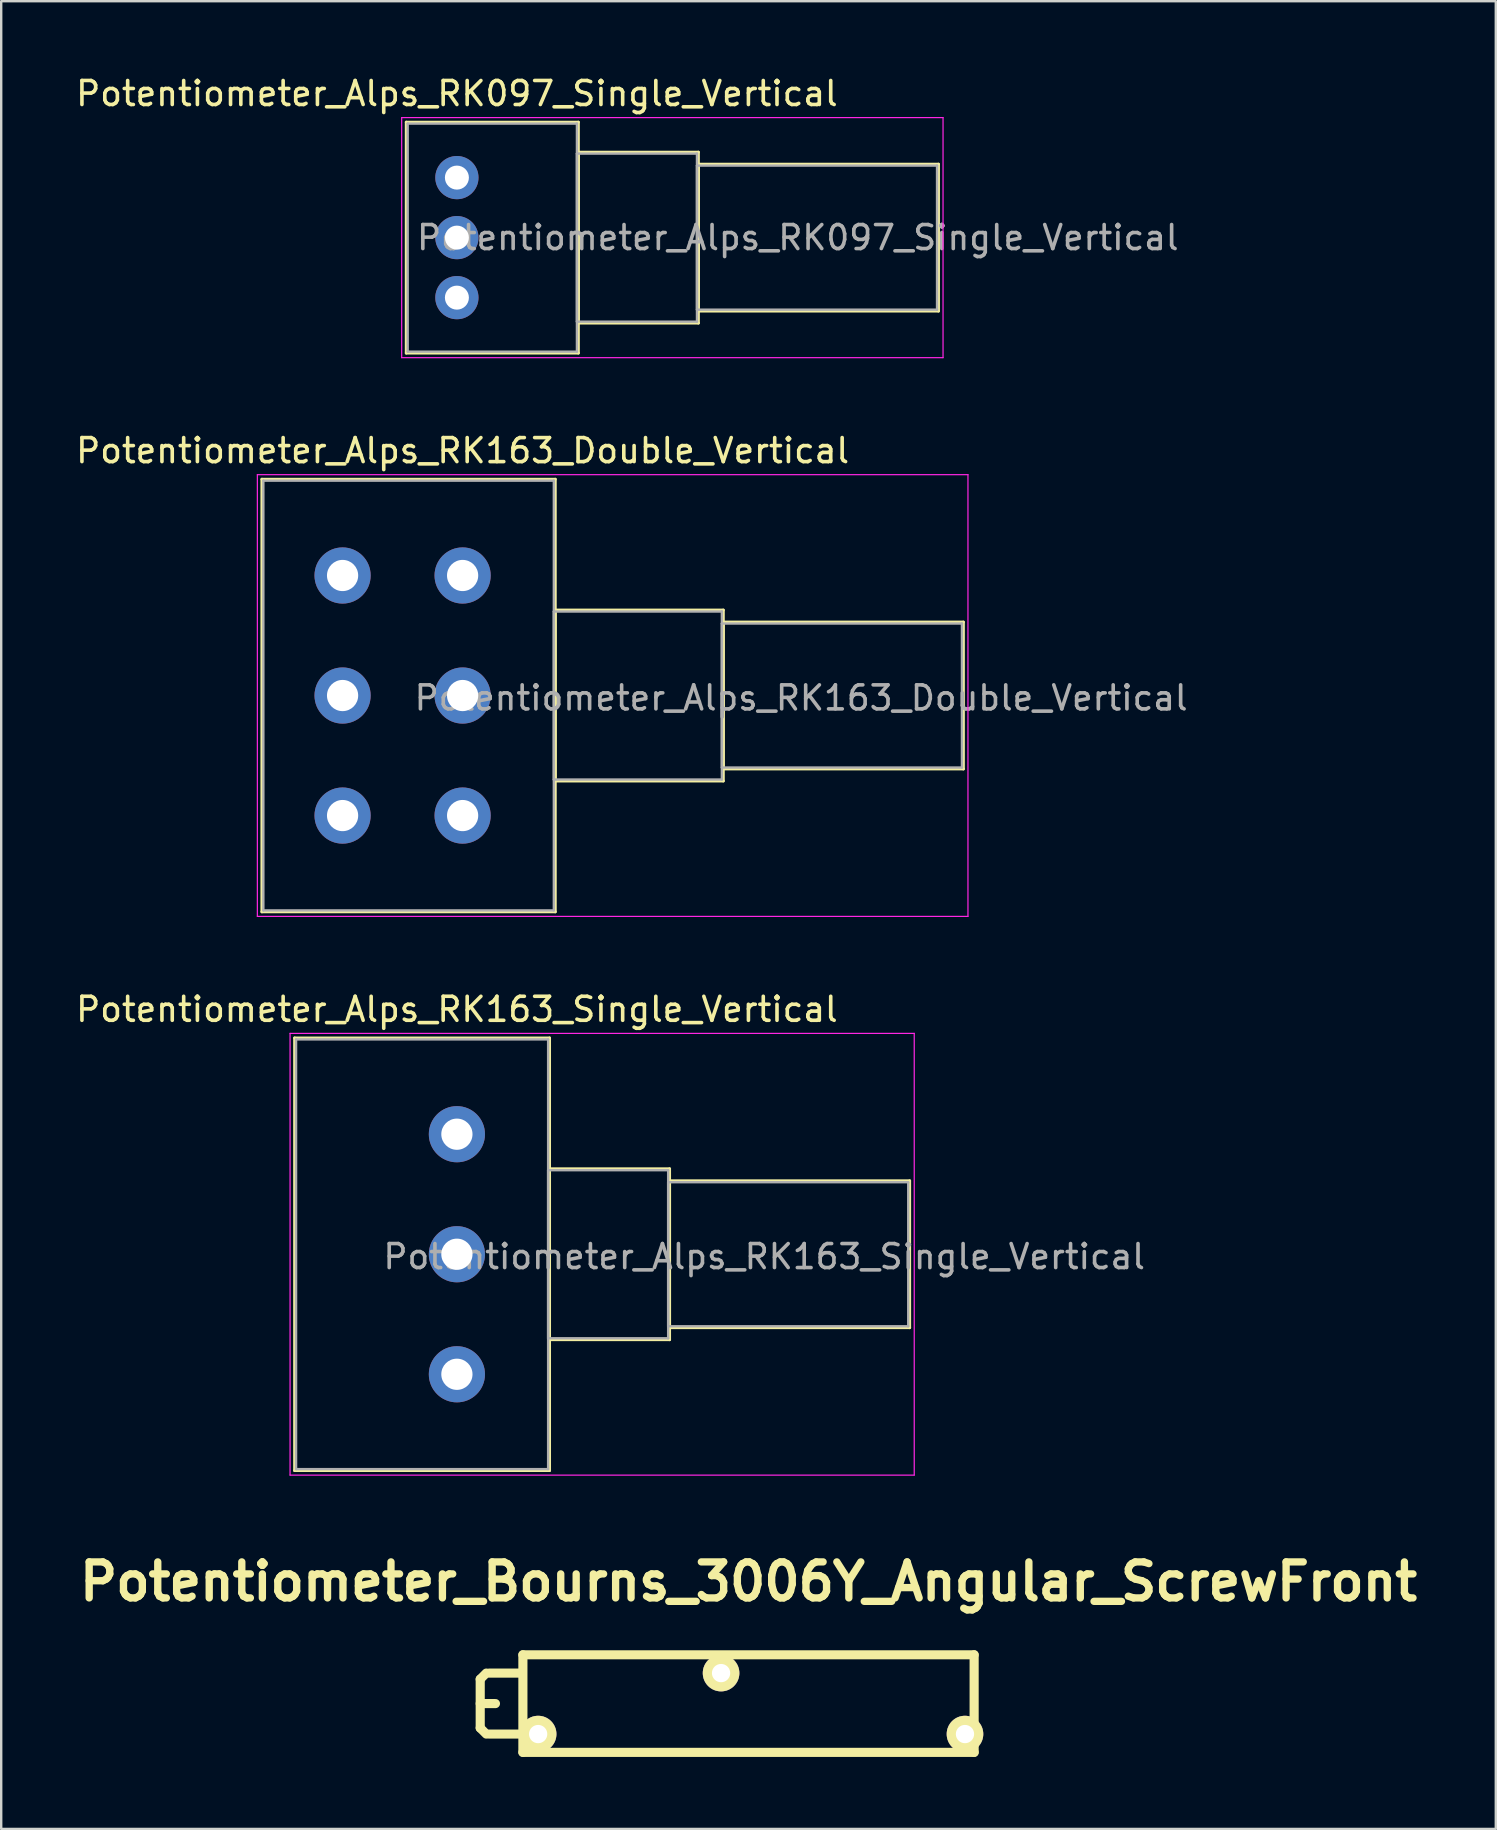
<source format=kicad_pcb>
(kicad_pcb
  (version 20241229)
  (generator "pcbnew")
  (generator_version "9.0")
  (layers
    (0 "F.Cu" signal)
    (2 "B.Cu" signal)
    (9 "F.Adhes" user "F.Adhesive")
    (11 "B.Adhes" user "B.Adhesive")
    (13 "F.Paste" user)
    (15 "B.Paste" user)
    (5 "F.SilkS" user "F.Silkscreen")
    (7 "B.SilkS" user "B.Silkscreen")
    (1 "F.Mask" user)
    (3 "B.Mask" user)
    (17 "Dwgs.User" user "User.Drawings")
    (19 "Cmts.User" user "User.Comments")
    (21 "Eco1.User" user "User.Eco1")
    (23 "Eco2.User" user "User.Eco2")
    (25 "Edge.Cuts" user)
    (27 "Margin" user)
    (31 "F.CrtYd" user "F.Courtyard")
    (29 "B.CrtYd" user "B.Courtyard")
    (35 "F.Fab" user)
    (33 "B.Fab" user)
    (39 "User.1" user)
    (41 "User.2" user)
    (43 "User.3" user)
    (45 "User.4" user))
  (footprint "Potentiometer_Bourns_3006Y_Angular_ScrewFront"
    (layer "F.Cu")
    (at 37.146 69.182)
    (property "Reference" "Potentiometer_Bourns_3006Y_Angular_ScrewFront" (at -9.017 -6.35 0) (layer "F.SilkS") (effects (font (size 1.5 1.5) (thickness 0.305))))
    (attr through_hole)
    (fp_line (start -20.193 -2.286) (end -20.193 -1.27) (stroke (width 0.38) (type solid)) (layer "F.SilkS"))
    (fp_line (start -20.193 -1.27) (end -20.193 -0.254) (stroke (width 0.38) (type solid)) (layer "F.SilkS"))
    (fp_line (start -20.193 -0.254) (end -19.939 0) (stroke (width 0.38) (type solid)) (layer "F.SilkS"))
    (fp_line (start -20.066 -1.27) (end -19.558 -1.27) (stroke (width 0.38) (type solid)) (layer "F.SilkS"))
    (fp_line (start -19.939 -2.54) (end -20.193 -2.286) (stroke (width 0.38) (type solid)) (layer "F.SilkS"))
    (fp_line (start -18.542 -2.54) (end -19.812 -2.54) (stroke (width 0.38) (type solid)) (layer "F.SilkS"))
    (fp_line (start -18.542 0) (end -19.812 0) (stroke (width 0.38) (type solid)) (layer "F.SilkS"))
    (fp_line (start -18.415 0.762) (end -18.415 -3.302) (stroke (width 0.38) (type solid)) (layer "F.SilkS"))
    (fp_line (start -18.415 0.762) (end 0.381 0.762) (stroke (width 0.38) (type solid)) (layer "F.SilkS"))
    (fp_line (start 0.381 -3.302) (end -18.415 -3.302) (stroke (width 0.38) (type solid)) (layer "F.SilkS"))
    (fp_line (start 0.381 0.762) (end 0.381 -3.302) (stroke (width 0.38) (type solid)) (layer "F.SilkS"))
    (pad "1" thru_hole circle (at 0 0) (size 1.524 1.524) (drill 0.762) (layers "*.Cu" "*.Mask" "F.SilkS"))
    (pad "2" thru_hole circle (at -10.16 -2.54) (size 1.524 1.524) (drill 0.762) (layers "*.Cu" "*.Mask" "F.SilkS"))
    (pad "3" thru_hole circle (at -17.78 0) (size 1.524 1.524) (drill 0.762) (layers "*.Cu" "*.Mask" "F.SilkS")))
  (footprint "Potentiometer_Alps_RK097_Single_Vertical"
    (layer "F.Cu")
    (at 15.982 9.348)
    (property "Reference" "Potentiometer_Alps_RK097_Single_Vertical" (at 0 -8.5 0) (layer "F.SilkS") (effects (font (size 1 1) (thickness 0.15))))
    (attr through_hole)
    (fp_line (start -2.11 -7.31) (end -2.11 2.31) (stroke (width 0.12) (type solid)) (layer "F.SilkS"))
    (fp_line (start -2.11 -7.31) (end 5.06 -7.31) (stroke (width 0.12) (type solid)) (layer "F.SilkS"))
    (fp_line (start -2.11 2.31) (end 5.06 2.31) (stroke (width 0.12) (type solid)) (layer "F.SilkS"))
    (fp_line (start 5.06 -7.31) (end 5.06 2.31) (stroke (width 0.12) (type solid)) (layer "F.SilkS"))
    (fp_line (start 5.06 -6.06) (end 5.06 1.06) (stroke (width 0.12) (type solid)) (layer "F.SilkS"))
    (fp_line (start 5.06 -6.06) (end 10.06 -6.06) (stroke (width 0.12) (type solid)) (layer "F.SilkS"))
    (fp_line (start 5.06 1.06) (end 10.06 1.06) (stroke (width 0.12) (type solid)) (layer "F.SilkS"))
    (fp_line (start 10.06 -6.06) (end 10.06 1.06) (stroke (width 0.12) (type solid)) (layer "F.SilkS"))
    (fp_line (start 10.06 -5.56) (end 10.06 0.56) (stroke (width 0.12) (type solid)) (layer "F.SilkS"))
    (fp_line (start 10.06 -5.56) (end 20.061 -5.56) (stroke (width 0.12) (type solid)) (layer "F.SilkS"))
    (fp_line (start 10.06 0.56) (end 20.061 0.56) (stroke (width 0.12) (type solid)) (layer "F.SilkS"))
    (fp_line (start 20.061 -5.56) (end 20.061 0.56) (stroke (width 0.12) (type solid)) (layer "F.SilkS"))
    (fp_line (start -2.3 -7.5) (end -2.3 2.5) (stroke (width 0.05) (type solid)) (layer "F.CrtYd"))
    (fp_line (start -2.3 2.5) (end 20.25 2.5) (stroke (width 0.05) (type solid)) (layer "F.CrtYd"))
    (fp_line (start 20.25 -7.5) (end -2.3 -7.5) (stroke (width 0.05) (type solid)) (layer "F.CrtYd"))
    (fp_line (start 20.25 2.5) (end 20.25 -7.5) (stroke (width 0.05) (type solid)) (layer "F.CrtYd"))
    (fp_line (start -2.05 -7.25) (end -2.05 2.25) (stroke (width 0.1) (type solid)) (layer "F.Fab"))
    (fp_line (start -2.05 2.25) (end 5 2.25) (stroke (width 0.1) (type solid)) (layer "F.Fab"))
    (fp_line (start 5 -7.25) (end -2.05 -7.25) (stroke (width 0.1) (type solid)) (layer "F.Fab"))
    (fp_line (start 5 -6) (end 5 1) (stroke (width 0.1) (type solid)) (layer "F.Fab"))
    (fp_line (start 5 1) (end 10 1) (stroke (width 0.1) (type solid)) (layer "F.Fab"))
    (fp_line (start 5 2.25) (end 5 -7.25) (stroke (width 0.1) (type solid)) (layer "F.Fab"))
    (fp_line (start 10 -6) (end 5 -6) (stroke (width 0.1) (type solid)) (layer "F.Fab"))
    (fp_line (start 10 -5.5) (end 10 0.5) (stroke (width 0.1) (type solid)) (layer "F.Fab"))
    (fp_line (start 10 0.5) (end 20 0.5) (stroke (width 0.1) (type solid)) (layer "F.Fab"))
    (fp_line (start 10 1) (end 10 -6) (stroke (width 0.1) (type solid)) (layer "F.Fab"))
    (fp_line (start 20 -5.5) (end 10 -5.5) (stroke (width 0.1) (type solid)) (layer "F.Fab"))
    (fp_line (start 20 0.5) (end 20 -5.5) (stroke (width 0.1) (type solid)) (layer "F.Fab"))
    (fp_text user "${REFERENCE}" (at 14.2 -2.5 0) (layer "F.Fab") (effects (font (size 1 1) (thickness 0.15))))
    (pad "1" thru_hole circle (at 0 0) (size 1.8 1.8) (drill 1) (layers "*.Cu" "*.Mask"))
    (pad "2" thru_hole circle (at 0 -2.5) (size 1.8 1.8) (drill 1) (layers "*.Cu" "*.Mask"))
    (pad "3" thru_hole circle (at 0 -5) (size 1.8 1.8) (drill 1) (layers "*.Cu" "*.Mask")))
  (footprint "Potentiometer_Alps_RK163_Single_Vertical"
    (layer "F.Cu")
    (at 15.982 54.195)
    (property "Reference" "Potentiometer_Alps_RK163_Single_Vertical" (at 0 -15.2 0) (layer "F.SilkS") (effects (font (size 1 1) (thickness 0.15))))
    (attr through_hole)
    (fp_line (start -6.76 -14.01) (end -6.76 4.011) (stroke (width 0.12) (type solid)) (layer "F.SilkS"))
    (fp_line (start -6.76 -14.01) (end 3.86 -14.01) (stroke (width 0.12) (type solid)) (layer "F.SilkS"))
    (fp_line (start -6.76 4.011) (end 3.86 4.011) (stroke (width 0.12) (type solid)) (layer "F.SilkS"))
    (fp_line (start 3.86 -14.01) (end 3.86 4.011) (stroke (width 0.12) (type solid)) (layer "F.SilkS"))
    (fp_line (start 3.86 -8.56) (end 3.86 -1.44) (stroke (width 0.12) (type solid)) (layer "F.SilkS"))
    (fp_line (start 3.86 -8.56) (end 8.86 -8.56) (stroke (width 0.12) (type solid)) (layer "F.SilkS"))
    (fp_line (start 3.86 -1.44) (end 8.86 -1.44) (stroke (width 0.12) (type solid)) (layer "F.SilkS"))
    (fp_line (start 8.86 -8.56) (end 8.86 -1.44) (stroke (width 0.12) (type solid)) (layer "F.SilkS"))
    (fp_line (start 8.86 -8.06) (end 8.86 -1.94) (stroke (width 0.12) (type solid)) (layer "F.SilkS"))
    (fp_line (start 8.86 -8.06) (end 18.86 -8.06) (stroke (width 0.12) (type solid)) (layer "F.SilkS"))
    (fp_line (start 8.86 -1.94) (end 18.86 -1.94) (stroke (width 0.12) (type solid)) (layer "F.SilkS"))
    (fp_line (start 18.86 -8.06) (end 18.86 -1.94) (stroke (width 0.12) (type solid)) (layer "F.SilkS"))
    (fp_line (start -6.95 -14.2) (end -6.95 4.2) (stroke (width 0.05) (type solid)) (layer "F.CrtYd"))
    (fp_line (start -6.95 4.2) (end 19.05 4.2) (stroke (width 0.05) (type solid)) (layer "F.CrtYd"))
    (fp_line (start 19.05 -14.2) (end -6.95 -14.2) (stroke (width 0.05) (type solid)) (layer "F.CrtYd"))
    (fp_line (start 19.05 4.2) (end 19.05 -14.2) (stroke (width 0.05) (type solid)) (layer "F.CrtYd"))
    (fp_line (start -6.7 -13.95) (end -6.7 3.95) (stroke (width 0.1) (type solid)) (layer "F.Fab"))
    (fp_line (start -6.7 3.95) (end 3.8 3.95) (stroke (width 0.1) (type solid)) (layer "F.Fab"))
    (fp_line (start 3.8 -13.95) (end -6.7 -13.95) (stroke (width 0.1) (type solid)) (layer "F.Fab"))
    (fp_line (start 3.8 -8.5) (end 3.8 -1.5) (stroke (width 0.1) (type solid)) (layer "F.Fab"))
    (fp_line (start 3.8 -1.5) (end 8.8 -1.5) (stroke (width 0.1) (type solid)) (layer "F.Fab"))
    (fp_line (start 3.8 3.95) (end 3.8 -13.95) (stroke (width 0.1) (type solid)) (layer "F.Fab"))
    (fp_line (start 8.8 -8.5) (end 3.8 -8.5) (stroke (width 0.1) (type solid)) (layer "F.Fab"))
    (fp_line (start 8.8 -8) (end 8.8 -2) (stroke (width 0.1) (type solid)) (layer "F.Fab"))
    (fp_line (start 8.8 -2) (end 18.8 -2) (stroke (width 0.1) (type solid)) (layer "F.Fab"))
    (fp_line (start 8.8 -1.5) (end 8.8 -8.5) (stroke (width 0.1) (type solid)) (layer "F.Fab"))
    (fp_line (start 18.8 -8) (end 8.8 -8) (stroke (width 0.1) (type solid)) (layer "F.Fab"))
    (fp_line (start 18.8 -2) (end 18.8 -8) (stroke (width 0.1) (type solid)) (layer "F.Fab"))
    (fp_text user "${REFERENCE}" (at 12.8 -4.9 0) (layer "F.Fab") (effects (font (size 1 1) (thickness 0.15))))
    (pad "1" thru_hole circle (at 0 0) (size 2.34 2.34) (drill 1.3) (layers "*.Cu" "*.Mask"))
    (pad "2" thru_hole circle (at 0 -5) (size 2.34 2.34) (drill 1.3) (layers "*.Cu" "*.Mask"))
    (pad "3" thru_hole circle (at 0 -10) (size 2.34 2.34) (drill 1.3) (layers "*.Cu" "*.Mask")))
  (footprint "Potentiometer_Alps_RK163_Double_Vertical"
    (layer "F.Cu")
    (at 16.22 30.922)
    (property "Reference" "Potentiometer_Alps_RK163_Double_Vertical" (at 0 -15.2 0) (layer "F.SilkS") (effects (font (size 1 1) (thickness 0.15))))
    (attr through_hole)
    (fp_line (start -8.361 -14.01) (end -8.361 4.011) (stroke (width 0.12) (type solid)) (layer "F.SilkS"))
    (fp_line (start -8.361 -14.01) (end 3.86 -14.01) (stroke (width 0.12) (type solid)) (layer "F.SilkS"))
    (fp_line (start -8.361 4.011) (end 3.86 4.011) (stroke (width 0.12) (type solid)) (layer "F.SilkS"))
    (fp_line (start 3.86 -14.01) (end 3.86 4.011) (stroke (width 0.12) (type solid)) (layer "F.SilkS"))
    (fp_line (start 3.86 -8.56) (end 3.86 -1.44) (stroke (width 0.12) (type solid)) (layer "F.SilkS"))
    (fp_line (start 3.86 -8.56) (end 10.86 -8.56) (stroke (width 0.12) (type solid)) (layer "F.SilkS"))
    (fp_line (start 3.86 -1.44) (end 10.86 -1.44) (stroke (width 0.12) (type solid)) (layer "F.SilkS"))
    (fp_line (start 10.86 -8.56) (end 10.86 -1.44) (stroke (width 0.12) (type solid)) (layer "F.SilkS"))
    (fp_line (start 10.86 -8.06) (end 10.86 -1.94) (stroke (width 0.12) (type solid)) (layer "F.SilkS"))
    (fp_line (start 10.86 -8.06) (end 20.86 -8.06) (stroke (width 0.12) (type solid)) (layer "F.SilkS"))
    (fp_line (start 10.86 -1.94) (end 20.86 -1.94) (stroke (width 0.12) (type solid)) (layer "F.SilkS"))
    (fp_line (start 20.86 -8.06) (end 20.86 -1.94) (stroke (width 0.12) (type solid)) (layer "F.SilkS"))
    (fp_line (start -8.55 -14.2) (end -8.55 4.2) (stroke (width 0.05) (type solid)) (layer "F.CrtYd"))
    (fp_line (start -8.55 4.2) (end 21.05 4.2) (stroke (width 0.05) (type solid)) (layer "F.CrtYd"))
    (fp_line (start 21.05 -14.2) (end -8.55 -14.2) (stroke (width 0.05) (type solid)) (layer "F.CrtYd"))
    (fp_line (start 21.05 4.2) (end 21.05 -14.2) (stroke (width 0.05) (type solid)) (layer "F.CrtYd"))
    (fp_line (start -8.3 -13.95) (end -8.3 3.95) (stroke (width 0.1) (type solid)) (layer "F.Fab"))
    (fp_line (start -8.3 3.95) (end 3.8 3.95) (stroke (width 0.1) (type solid)) (layer "F.Fab"))
    (fp_line (start 3.8 -13.95) (end -8.3 -13.95) (stroke (width 0.1) (type solid)) (layer "F.Fab"))
    (fp_line (start 3.8 -8.5) (end 3.8 -1.5) (stroke (width 0.1) (type solid)) (layer "F.Fab"))
    (fp_line (start 3.8 -1.5) (end 10.8 -1.5) (stroke (width 0.1) (type solid)) (layer "F.Fab"))
    (fp_line (start 3.8 3.95) (end 3.8 -13.95) (stroke (width 0.1) (type solid)) (layer "F.Fab"))
    (fp_line (start 10.8 -8.5) (end 3.8 -8.5) (stroke (width 0.1) (type solid)) (layer "F.Fab"))
    (fp_line (start 10.8 -8) (end 10.8 -2) (stroke (width 0.1) (type solid)) (layer "F.Fab"))
    (fp_line (start 10.8 -2) (end 20.8 -2) (stroke (width 0.1) (type solid)) (layer "F.Fab"))
    (fp_line (start 10.8 -1.5) (end 10.8 -8.5) (stroke (width 0.1) (type solid)) (layer "F.Fab"))
    (fp_line (start 20.8 -8) (end 10.8 -8) (stroke (width 0.1) (type solid)) (layer "F.Fab"))
    (fp_line (start 20.8 -2) (end 20.8 -8) (stroke (width 0.1) (type solid)) (layer "F.Fab"))
    (fp_text user "${REFERENCE}" (at 14.1 -4.9 0) (layer "F.Fab") (effects (font (size 1 1) (thickness 0.15))))
    (pad "1" thru_hole circle (at 0 0) (size 2.34 2.34) (drill 1.3) (layers "*.Cu" "*.Mask"))
    (pad "2" thru_hole circle (at 0 -5) (size 2.34 2.34) (drill 1.3) (layers "*.Cu" "*.Mask"))
    (pad "3" thru_hole circle (at 0 -10) (size 2.34 2.34) (drill 1.3) (layers "*.Cu" "*.Mask"))
    (pad "4" thru_hole circle (at -5 0) (size 2.34 2.34) (drill 1.3) (layers "*.Cu" "*.Mask"))
    (pad "5" thru_hole circle (at -5 -5) (size 2.34 2.34) (drill 1.3) (layers "*.Cu" "*.Mask"))
    (pad "6" thru_hole circle (at -5 -10) (size 2.34 2.34) (drill 1.3) (layers "*.Cu" "*.Mask")))
  (gr_rect
    (start -3 -3)
    (end 59.257 73.134)
    (stroke (width 0.1) (type default))
    (fill no)
    (layer "Edge.Cuts")))
</source>
